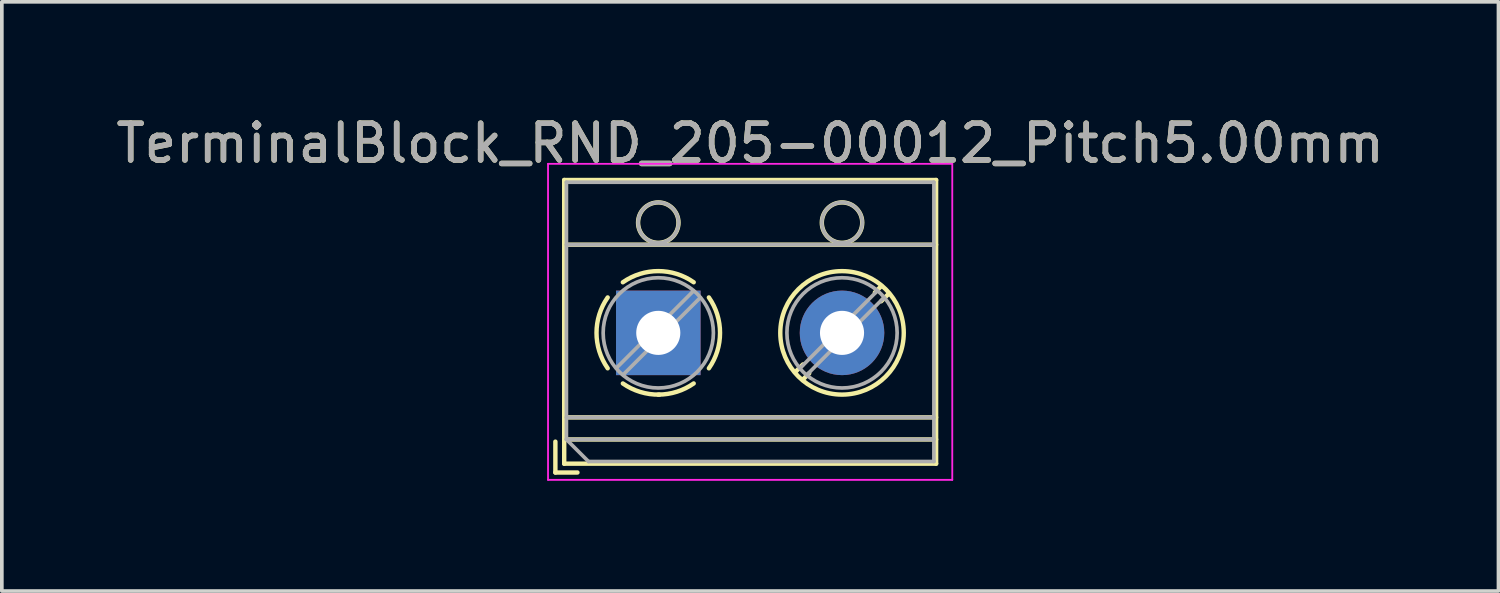
<source format=kicad_pcb>
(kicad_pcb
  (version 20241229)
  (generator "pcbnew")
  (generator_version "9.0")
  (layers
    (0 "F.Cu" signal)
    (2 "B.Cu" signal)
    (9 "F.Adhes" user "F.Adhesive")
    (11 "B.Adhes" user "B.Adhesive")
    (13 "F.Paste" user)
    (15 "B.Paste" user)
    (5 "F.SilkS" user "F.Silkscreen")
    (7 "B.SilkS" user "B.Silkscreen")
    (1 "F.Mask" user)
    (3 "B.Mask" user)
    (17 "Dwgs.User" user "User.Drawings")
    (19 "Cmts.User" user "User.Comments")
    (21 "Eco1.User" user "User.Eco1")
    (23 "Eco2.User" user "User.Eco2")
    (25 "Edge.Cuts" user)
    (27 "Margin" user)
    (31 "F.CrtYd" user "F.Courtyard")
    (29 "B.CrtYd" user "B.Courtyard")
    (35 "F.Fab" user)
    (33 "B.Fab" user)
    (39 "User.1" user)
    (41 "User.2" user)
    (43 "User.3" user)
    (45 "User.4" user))
  (footprint "TerminalBlock_RND_205-00012_Pitch5.00mm"
    (layer "F.Cu")
    (at 14.863 6.008)
    (property "Reference" "TerminalBlock_RND_205-00012_Pitch5.00mm" (at 2.5 -5.16 0) (layer "F.SilkS") (effects (font (size 1 1) (thickness 0.15))))
    (attr through_hole)
    (fp_line (start -2.8 2.96) (end -2.8 3.8) (stroke (width 0.12) (type solid)) (layer "F.SilkS"))
    (fp_line (start -2.8 3.8) (end -2.2 3.8) (stroke (width 0.12) (type solid)) (layer "F.SilkS"))
    (fp_line (start -2.56 -4.16) (end -2.56 3.56) (stroke (width 0.12) (type solid)) (layer "F.SilkS"))
    (fp_line (start -2.56 -2.4) (end 7.56 -2.4) (stroke (width 0.12) (type solid)) (layer "F.SilkS"))
    (fp_line (start -2.56 2.3) (end 7.56 2.3) (stroke (width 0.12) (type solid)) (layer "F.SilkS"))
    (fp_line (start -2.56 2.9) (end 7.56 2.9) (stroke (width 0.12) (type solid)) (layer "F.SilkS"))
    (fp_line (start -2.56 3.56) (end 7.56 3.56) (stroke (width 0.12) (type solid)) (layer "F.SilkS"))
    (fp_line (start 3.937 0.859) (end 3.726 1.069) (stroke (width 0.12) (type solid)) (layer "F.SilkS"))
    (fp_line (start 4.107 1.099) (end 3.931 1.274) (stroke (width 0.12) (type solid)) (layer "F.SilkS"))
    (fp_line (start 6.07 -1.275) (end 5.894 -1.099) (stroke (width 0.12) (type solid)) (layer "F.SilkS"))
    (fp_line (start 6.275 -1.069) (end 6.064 -0.859) (stroke (width 0.12) (type solid)) (layer "F.SilkS"))
    (fp_line (start 7.56 -4.16) (end -2.56 -4.16) (stroke (width 0.12) (type solid)) (layer "F.SilkS"))
    (fp_line (start 7.56 3.56) (end 7.56 -4.16) (stroke (width 0.12) (type solid)) (layer "F.SilkS"))
    (fp_arc (start -1.376825 0.964249) (mid -1.6809 0.000152) (end -1.377 -0.964) (stroke (width 0.12) (type solid)) (layer "F.SilkS"))
    (fp_arc (start -0.964249 -1.376825) (mid -0.000152 -1.6809) (end 0.964 -1.377) (stroke (width 0.12) (type solid)) (layer "F.SilkS"))
    (fp_arc (start 0.029488 1.680641) (mid -0.491302 1.607497) (end -0.964 1.377) (stroke (width 0.12) (type solid)) (layer "F.SilkS"))
    (fp_arc (start 0.963608 1.376175) (mid 0.505186 1.602244) (end 0 1.68) (stroke (width 0.12) (type solid)) (layer "F.SilkS"))
    (fp_arc (start 1.376825 -0.964249) (mid 1.6809 -0.000152) (end 1.377 0.964) (stroke (width 0.12) (type solid)) (layer "F.SilkS"))
    (fp_circle (center 0 -3) (end 0.55 -3) (stroke (width 0.12) (type solid)) (fill no) (layer "F.SilkS"))
    (fp_circle (center 5 -3) (end 5.55 -3) (stroke (width 0.12) (type solid)) (fill no) (layer "F.SilkS"))
    (fp_circle (center 5 0) (end 6.68 0) (stroke (width 0.12) (type solid)) (fill no) (layer "F.SilkS"))
    (fp_line (start -3 -4.6) (end -3 4) (stroke (width 0.05) (type solid)) (layer "F.CrtYd"))
    (fp_line (start -3 4) (end 8 4) (stroke (width 0.05) (type solid)) (layer "F.CrtYd"))
    (fp_line (start 8 -4.6) (end -3 -4.6) (stroke (width 0.05) (type solid)) (layer "F.CrtYd"))
    (fp_line (start 8 4) (end 8 -4.6) (stroke (width 0.05) (type solid)) (layer "F.CrtYd"))
    (fp_line (start -2.5 -4.1) (end 7.5 -4.1) (stroke (width 0.1) (type solid)) (layer "F.Fab"))
    (fp_line (start -2.5 -2.4) (end 7.5 -2.4) (stroke (width 0.1) (type solid)) (layer "F.Fab"))
    (fp_line (start -2.5 2.3) (end 7.5 2.3) (stroke (width 0.1) (type solid)) (layer "F.Fab"))
    (fp_line (start -2.5 2.9) (end -2.5 -4.1) (stroke (width 0.1) (type solid)) (layer "F.Fab"))
    (fp_line (start -2.5 2.9) (end 7.5 2.9) (stroke (width 0.1) (type solid)) (layer "F.Fab"))
    (fp_line (start -1.9 3.5) (end -2.5 2.9) (stroke (width 0.1) (type solid)) (layer "F.Fab"))
    (fp_line (start 0.955 -1.138) (end -1.138 0.955) (stroke (width 0.1) (type solid)) (layer "F.Fab"))
    (fp_line (start 1.138 -0.955) (end -0.955 1.138) (stroke (width 0.1) (type solid)) (layer "F.Fab"))
    (fp_line (start 5.955 -1.138) (end 3.863 0.955) (stroke (width 0.1) (type solid)) (layer "F.Fab"))
    (fp_line (start 6.138 -0.955) (end 4.046 1.138) (stroke (width 0.1) (type solid)) (layer "F.Fab"))
    (fp_line (start 7.5 -4.1) (end 7.5 3.5) (stroke (width 0.1) (type solid)) (layer "F.Fab"))
    (fp_line (start 7.5 3.5) (end -1.9 3.5) (stroke (width 0.1) (type solid)) (layer "F.Fab"))
    (fp_circle (center 0 -3) (end 0.55 -3) (stroke (width 0.1) (type solid)) (fill no) (layer "F.Fab"))
    (fp_circle (center 0 0) (end 1.5 0) (stroke (width 0.1) (type solid)) (fill no) (layer "F.Fab"))
    (fp_circle (center 5 -3) (end 5.55 -3) (stroke (width 0.1) (type solid)) (fill no) (layer "F.Fab"))
    (fp_circle (center 5 0) (end 6.5 0) (stroke (width 0.1) (type solid)) (fill no) (layer "F.Fab"))
    (fp_text user "${REFERENCE}" (at 2.5 -5.16 0) (layer "F.Fab") (effects (font (size 1 1) (thickness 0.15))))
    (pad "1" thru_hole rect (at 0 0) (size 2.3 2.3) (drill 1.2) (layers "*.Cu" "*.Mask"))
    (pad "2" thru_hole oval (at 5 0) (size 2.3 2.3) (drill 1.2) (layers "*.Cu" "*.Mask")))
  (gr_rect
    (start -3 -3)
    (end 37.726 13.033)
    (stroke (width 0.1) (type default))
    (fill no)
    (layer "Edge.Cuts")))
</source>
